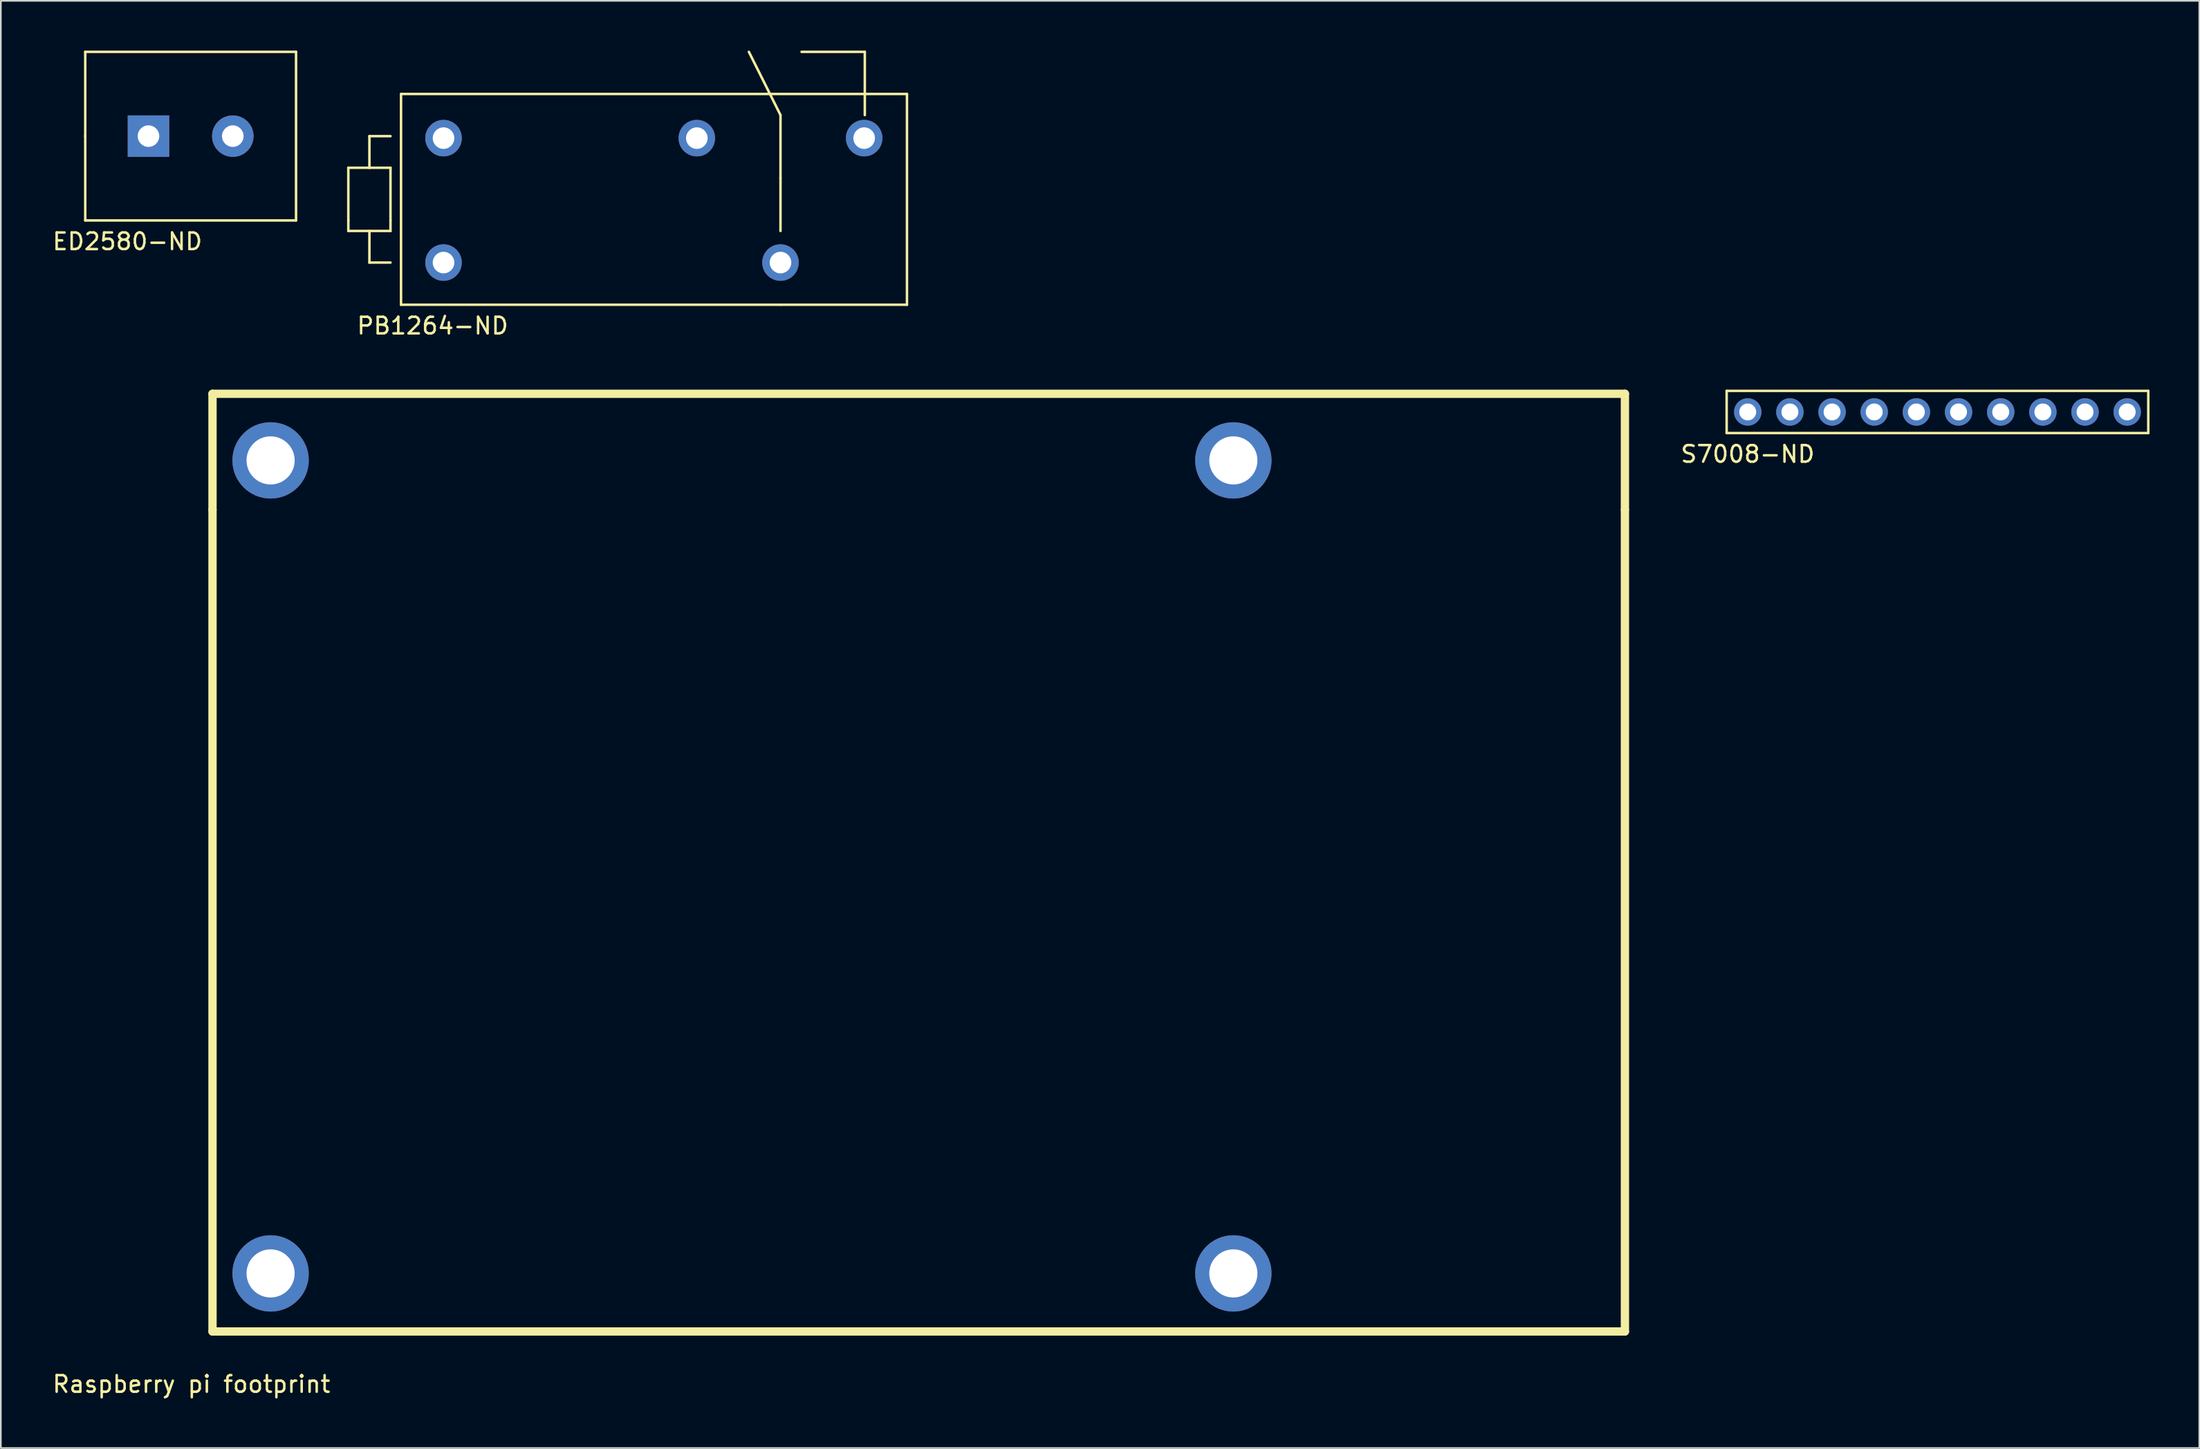
<source format=kicad_pcb>
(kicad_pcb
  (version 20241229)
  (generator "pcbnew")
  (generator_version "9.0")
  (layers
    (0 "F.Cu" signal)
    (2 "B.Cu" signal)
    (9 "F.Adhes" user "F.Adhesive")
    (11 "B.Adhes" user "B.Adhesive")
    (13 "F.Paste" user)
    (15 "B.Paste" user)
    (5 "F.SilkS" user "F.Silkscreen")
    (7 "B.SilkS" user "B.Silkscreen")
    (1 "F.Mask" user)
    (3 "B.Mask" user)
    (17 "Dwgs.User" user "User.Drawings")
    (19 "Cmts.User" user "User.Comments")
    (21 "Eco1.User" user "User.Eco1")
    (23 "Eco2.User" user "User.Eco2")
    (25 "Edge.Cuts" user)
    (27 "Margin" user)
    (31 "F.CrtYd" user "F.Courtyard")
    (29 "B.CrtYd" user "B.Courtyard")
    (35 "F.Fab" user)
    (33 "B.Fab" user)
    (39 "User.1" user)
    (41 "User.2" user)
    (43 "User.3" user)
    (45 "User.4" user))
  (footprint "PB1264-ND"
    (layer "F.Cu")
    (at 43.97 12.775)
    (property "Reference" "PB1264-ND" (at -20.955 3.81 0) (layer "F.SilkS") (effects (font (size 1 1) (thickness 0.15))))
    (attr through_hole)
    (fp_line (start -26.035 -5.715) (end -24.765 -5.715) (stroke (width 0.15) (type solid)) (layer "F.SilkS"))
    (fp_line (start -26.035 -2.54) (end -26.035 -5.715) (stroke (width 0.15) (type solid)) (layer "F.SilkS"))
    (fp_line (start -26.035 -2.54) (end -26.035 -1.905) (stroke (width 0.15) (type solid)) (layer "F.SilkS"))
    (fp_line (start -26.035 -1.905) (end -23.495 -1.905) (stroke (width 0.15) (type solid)) (layer "F.SilkS"))
    (fp_line (start -24.765 -7.62) (end -24.765 -5.715) (stroke (width 0.15) (type solid)) (layer "F.SilkS"))
    (fp_line (start -24.765 -7.62) (end -23.495 -7.62) (stroke (width 0.15) (type solid)) (layer "F.SilkS"))
    (fp_line (start -24.765 -5.715) (end -23.495 -5.715) (stroke (width 0.15) (type solid)) (layer "F.SilkS"))
    (fp_line (start -24.765 -1.905) (end -24.765 0) (stroke (width 0.15) (type solid)) (layer "F.SilkS"))
    (fp_line (start -24.765 0) (end -23.495 0) (stroke (width 0.15) (type solid)) (layer "F.SilkS"))
    (fp_line (start -23.495 -5.715) (end -23.495 -2.54) (stroke (width 0.15) (type solid)) (layer "F.SilkS"))
    (fp_line (start -23.495 -1.905) (end -23.495 -2.54) (stroke (width 0.15) (type solid)) (layer "F.SilkS"))
    (fp_line (start -22.86 -10.16) (end 7.62 -10.16) (stroke (width 0.15) (type solid)) (layer "F.SilkS"))
    (fp_line (start -22.86 2.54) (end -22.86 -10.16) (stroke (width 0.15) (type solid)) (layer "F.SilkS"))
    (fp_line (start 0 -8.89) (end -1.905 -12.7) (stroke (width 0.15) (type solid)) (layer "F.SilkS"))
    (fp_line (start 0 -5.08) (end 0 -8.89) (stroke (width 0.15) (type solid)) (layer "F.SilkS"))
    (fp_line (start 0 -1.905) (end 0 -5.08) (stroke (width 0.15) (type solid)) (layer "F.SilkS"))
    (fp_line (start 0 2.54) (end -22.86 2.54) (stroke (width 0.15) (type solid)) (layer "F.SilkS"))
    (fp_line (start 5.08 -12.7) (end 1.27 -12.7) (stroke (width 0.15) (type solid)) (layer "F.SilkS"))
    (fp_line (start 5.08 -8.89) (end 5.08 -12.7) (stroke (width 0.15) (type solid)) (layer "F.SilkS"))
    (fp_line (start 7.62 -10.16) (end 7.62 2.54) (stroke (width 0.15) (type solid)) (layer "F.SilkS"))
    (fp_line (start 7.62 2.54) (end 0 2.54) (stroke (width 0.15) (type solid)) (layer "F.SilkS"))
    (pad "1" thru_hole circle (at -20.3 0) (size 2.2 2.2) (drill 1.3) (layers "*.Cu" "*.Mask"))
    (pad "2" thru_hole circle (at -20.3 -7.5) (size 2.2 2.2) (drill 1.3) (layers "*.Cu" "*.Mask"))
    (pad "3" thru_hole circle (at 0 0) (size 2.2 2.2) (drill 1.3) (layers "*.Cu" "*.Mask"))
    (pad "4" thru_hole circle (at -5.04 -7.5) (size 2.2 2.2) (drill 1.3) (layers "*.Cu" "*.Mask"))
    (pad "5" thru_hole circle (at 5.04 -7.5) (size 2.2 2.2) (drill 1.3) (layers "*.Cu" "*.Mask")))
  (footprint "ED2580-ND"
    (layer "F.Cu")
    (at 5.895 5.155)
    (property "Reference" "ED2580-ND" (at -1.27 6.35 0) (layer "F.SilkS") (effects (font (size 1 1) (thickness 0.15))))
    (attr through_hole)
    (fp_line (start -3.81 -5.08) (end -3.81 0) (stroke (width 0.15) (type solid)) (layer "F.SilkS"))
    (fp_line (start -3.81 0) (end -3.81 5.08) (stroke (width 0.15) (type solid)) (layer "F.SilkS"))
    (fp_line (start -3.81 5.08) (end 8.89 5.08) (stroke (width 0.15) (type solid)) (layer "F.SilkS"))
    (fp_line (start 8.89 -5.08) (end -3.81 -5.08) (stroke (width 0.15) (type solid)) (layer "F.SilkS"))
    (fp_line (start 8.89 5.08) (end 8.89 -5.08) (stroke (width 0.15) (type solid)) (layer "F.SilkS"))
    (pad "1" thru_hole rect (at 0 0) (size 2.5 2.5) (drill 1.3) (layers "*.Cu" "*.Mask"))
    (pad "2" thru_hole circle (at 5.08 0) (size 2.5 2.5) (drill 1.3) (layers "*.Cu" "*.Mask")))
  (footprint "S7008-ND"
    (layer "F.Cu")
    (at 102.241 21.778)
    (property "Reference" "S7008-ND" (at 0 2.54 0) (layer "F.SilkS") (effects (font (size 1 1) (thickness 0.15))))
    (attr through_hole)
    (fp_line (start -1.27 -1.27) (end -1.27 1.27) (stroke (width 0.15) (type solid)) (layer "F.SilkS"))
    (fp_line (start -1.27 1.27) (end 24.13 1.27) (stroke (width 0.15) (type solid)) (layer "F.SilkS"))
    (fp_line (start 24.13 -1.27) (end -1.27 -1.27) (stroke (width 0.15) (type solid)) (layer "F.SilkS"))
    (fp_line (start 24.13 1.27) (end 24.13 -1.27) (stroke (width 0.15) (type solid)) (layer "F.SilkS"))
    (pad "1" thru_hole circle (at 0 0) (size 1.65 1.65) (drill 1.02) (layers "*.Cu" "*.Mask"))
    (pad "2" thru_hole circle (at 2.54 0) (size 1.65 1.65) (drill 1.02) (layers "*.Cu" "*.Mask"))
    (pad "3" thru_hole circle (at 5.08 0) (size 1.65 1.65) (drill 1.02) (layers "*.Cu" "*.Mask"))
    (pad "4" thru_hole circle (at 7.62 0) (size 1.65 1.65) (drill 1.02) (layers "*.Cu" "*.Mask"))
    (pad "5" thru_hole circle (at 10.16 0) (size 1.65 1.65) (drill 1.02) (layers "*.Cu" "*.Mask"))
    (pad "6" thru_hole circle (at 12.7 0) (size 1.65 1.65) (drill 1.02) (layers "*.Cu" "*.Mask"))
    (pad "7" thru_hole circle (at 15.24 0) (size 1.65 1.65) (drill 1.02) (layers "*.Cu" "*.Mask"))
    (pad "8" thru_hole circle (at 17.78 0) (size 1.65 1.65) (drill 1.02) (layers "*.Cu" "*.Mask"))
    (pad "9" thru_hole circle (at 20.32 0) (size 1.65 1.65) (drill 1.02) (layers "*.Cu" "*.Mask"))
    (pad "10" thru_hole circle (at 22.86 0) (size 1.65 1.65) (drill 1.02) (layers "*.Cu" "*.Mask")))
  (footprint "Raspberry pi footprint"
    (layer "F.Cu")
    (at 9.752 77.198)
    (property "Reference" "Raspberry pi footprint" (at -1.27 3.175 0) (layer "F.SilkS") (effects (font (size 1 1) (thickness 0.15))))
    (attr through_hole)
    (fp_line (start 0 -56.515) (end 0 -49.53) (stroke (width 0.5) (type solid)) (layer "F.SilkS"))
    (fp_line (start 0 -56.515) (end 85.09 -56.515) (stroke (width 0.5) (type solid)) (layer "F.SilkS"))
    (fp_line (start 0 0) (end 0 -49.53) (stroke (width 0.5) (type solid)) (layer "F.SilkS"))
    (fp_line (start 85.09 -56.515) (end 85.09 -49.53) (stroke (width 0.5) (type solid)) (layer "F.SilkS"))
    (fp_line (start 85.09 -49.53) (end 85.09 0) (stroke (width 0.5) (type solid)) (layer "F.SilkS"))
    (fp_line (start 85.09 0) (end 0 0) (stroke (width 0.5) (type solid)) (layer "F.SilkS"))
    (pad "" np_thru_hole circle (at 3.5 -52.5) (size 4.6 4.6) (drill 2.9) (layers "*.Cu" "*.Mask"))
    (pad "" np_thru_hole circle (at 3.5 -3.5) (size 4.6 4.6) (drill 2.9) (layers "*.Cu" "*.Mask"))
    (pad "" np_thru_hole circle (at 61.5 -52.5) (size 4.6 4.6) (drill 2.9) (layers "*.Cu" "*.Mask"))
    (pad "" np_thru_hole circle (at 61.5 -3.5) (size 4.6 4.6) (drill 2.9) (layers "*.Cu" "*.Mask")))
  (gr_rect
    (start -3 -3)
    (end 129.446 84.222)
    (stroke (width 0.1) (type default))
    (fill no)
    (layer "Edge.Cuts")))
</source>
